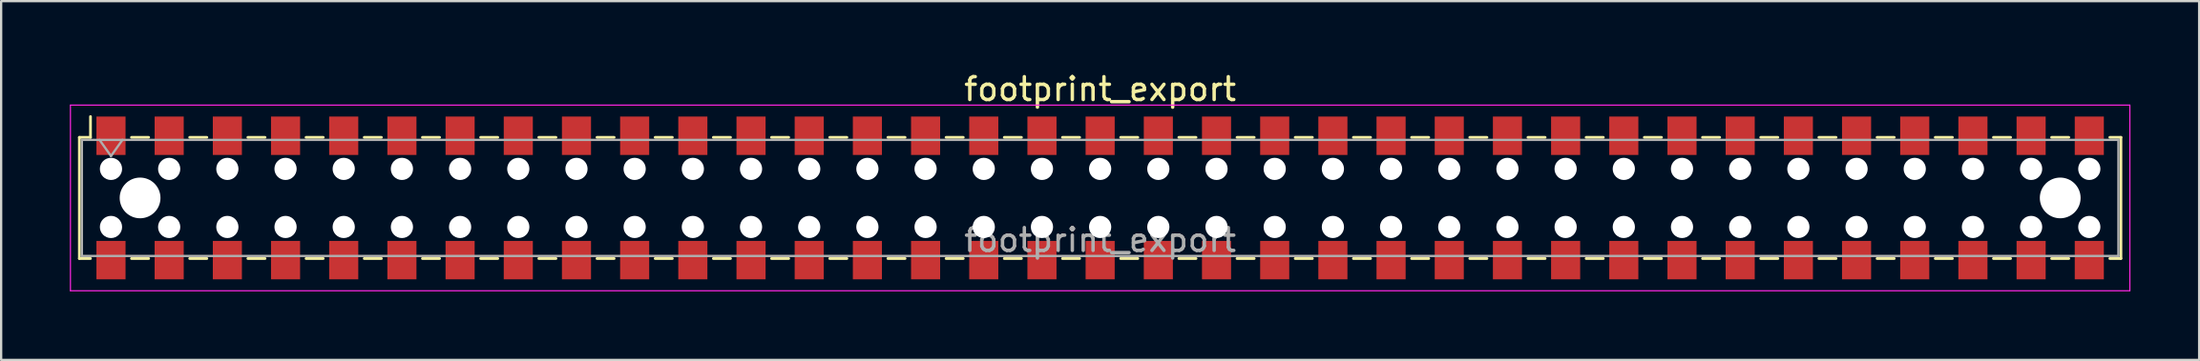
<source format=kicad_pcb>
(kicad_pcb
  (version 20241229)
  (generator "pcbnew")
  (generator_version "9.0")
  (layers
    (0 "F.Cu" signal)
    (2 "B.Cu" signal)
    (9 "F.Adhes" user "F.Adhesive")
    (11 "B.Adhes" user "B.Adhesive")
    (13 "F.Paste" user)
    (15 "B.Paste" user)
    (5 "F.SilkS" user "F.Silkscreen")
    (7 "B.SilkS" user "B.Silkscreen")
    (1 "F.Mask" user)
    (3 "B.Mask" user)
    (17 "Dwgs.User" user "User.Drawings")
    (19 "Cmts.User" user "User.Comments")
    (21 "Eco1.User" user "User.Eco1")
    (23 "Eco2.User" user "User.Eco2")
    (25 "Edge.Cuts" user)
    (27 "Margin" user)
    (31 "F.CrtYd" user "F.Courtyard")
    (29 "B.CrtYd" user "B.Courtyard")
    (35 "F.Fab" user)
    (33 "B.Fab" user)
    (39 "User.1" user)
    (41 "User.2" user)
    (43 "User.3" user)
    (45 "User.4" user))
  (footprint "footprint_export"
    (layer "F.Cu")
    (at 44.975 5.608)
    (property "Reference" "footprint_export" (at 0 -4.76 0) (layer "F.SilkS") (effects (font (size 1 1) (thickness 0.15))))
    (attr smd)
    (fp_line (start -44.56 -2.65) (end -44.56 2.65) (stroke (width 0.12) (type solid)) (layer "F.SilkS"))
    (fp_line (start -44.56 2.65) (end -44.075 2.65) (stroke (width 0.12) (type solid)) (layer "F.SilkS"))
    (fp_line (start -44.075 -3.56) (end -44.075 -2.65) (stroke (width 0.12) (type solid)) (layer "F.SilkS"))
    (fp_line (start -44.075 -2.65) (end -44.56 -2.65) (stroke (width 0.12) (type solid)) (layer "F.SilkS"))
    (fp_line (start -42.285 -2.65) (end -41.535 -2.65) (stroke (width 0.12) (type solid)) (layer "F.SilkS"))
    (fp_line (start -42.285 2.65) (end -41.535 2.65) (stroke (width 0.12) (type solid)) (layer "F.SilkS"))
    (fp_line (start -39.745 -2.65) (end -38.995 -2.65) (stroke (width 0.12) (type solid)) (layer "F.SilkS"))
    (fp_line (start -39.745 2.65) (end -38.995 2.65) (stroke (width 0.12) (type solid)) (layer "F.SilkS"))
    (fp_line (start -37.205 -2.65) (end -36.455 -2.65) (stroke (width 0.12) (type solid)) (layer "F.SilkS"))
    (fp_line (start -37.205 2.65) (end -36.455 2.65) (stroke (width 0.12) (type solid)) (layer "F.SilkS"))
    (fp_line (start -34.665 -2.65) (end -33.915 -2.65) (stroke (width 0.12) (type solid)) (layer "F.SilkS"))
    (fp_line (start -34.665 2.65) (end -33.915 2.65) (stroke (width 0.12) (type solid)) (layer "F.SilkS"))
    (fp_line (start -32.125 -2.65) (end -31.375 -2.65) (stroke (width 0.12) (type solid)) (layer "F.SilkS"))
    (fp_line (start -32.125 2.65) (end -31.375 2.65) (stroke (width 0.12) (type solid)) (layer "F.SilkS"))
    (fp_line (start -29.585 -2.65) (end -28.835 -2.65) (stroke (width 0.12) (type solid)) (layer "F.SilkS"))
    (fp_line (start -29.585 2.65) (end -28.835 2.65) (stroke (width 0.12) (type solid)) (layer "F.SilkS"))
    (fp_line (start -27.045 -2.65) (end -26.295 -2.65) (stroke (width 0.12) (type solid)) (layer "F.SilkS"))
    (fp_line (start -27.045 2.65) (end -26.295 2.65) (stroke (width 0.12) (type solid)) (layer "F.SilkS"))
    (fp_line (start -24.505 -2.65) (end -23.755 -2.65) (stroke (width 0.12) (type solid)) (layer "F.SilkS"))
    (fp_line (start -24.505 2.65) (end -23.755 2.65) (stroke (width 0.12) (type solid)) (layer "F.SilkS"))
    (fp_line (start -21.965 -2.65) (end -21.215 -2.65) (stroke (width 0.12) (type solid)) (layer "F.SilkS"))
    (fp_line (start -21.965 2.65) (end -21.215 2.65) (stroke (width 0.12) (type solid)) (layer "F.SilkS"))
    (fp_line (start -19.425 -2.65) (end -18.675 -2.65) (stroke (width 0.12) (type solid)) (layer "F.SilkS"))
    (fp_line (start -19.425 2.65) (end -18.675 2.65) (stroke (width 0.12) (type solid)) (layer "F.SilkS"))
    (fp_line (start -16.885 -2.65) (end -16.135 -2.65) (stroke (width 0.12) (type solid)) (layer "F.SilkS"))
    (fp_line (start -16.885 2.65) (end -16.135 2.65) (stroke (width 0.12) (type solid)) (layer "F.SilkS"))
    (fp_line (start -14.345 -2.65) (end -13.595 -2.65) (stroke (width 0.12) (type solid)) (layer "F.SilkS"))
    (fp_line (start -14.345 2.65) (end -13.595 2.65) (stroke (width 0.12) (type solid)) (layer "F.SilkS"))
    (fp_line (start -11.805 -2.65) (end -11.055 -2.65) (stroke (width 0.12) (type solid)) (layer "F.SilkS"))
    (fp_line (start -11.805 2.65) (end -11.055 2.65) (stroke (width 0.12) (type solid)) (layer "F.SilkS"))
    (fp_line (start -9.265 -2.65) (end -8.515 -2.65) (stroke (width 0.12) (type solid)) (layer "F.SilkS"))
    (fp_line (start -9.265 2.65) (end -8.515 2.65) (stroke (width 0.12) (type solid)) (layer "F.SilkS"))
    (fp_line (start -6.725 -2.65) (end -5.975 -2.65) (stroke (width 0.12) (type solid)) (layer "F.SilkS"))
    (fp_line (start -6.725 2.65) (end -5.975 2.65) (stroke (width 0.12) (type solid)) (layer "F.SilkS"))
    (fp_line (start -4.185 -2.65) (end -3.435 -2.65) (stroke (width 0.12) (type solid)) (layer "F.SilkS"))
    (fp_line (start -4.185 2.65) (end -3.435 2.65) (stroke (width 0.12) (type solid)) (layer "F.SilkS"))
    (fp_line (start -1.645 -2.65) (end -0.895 -2.65) (stroke (width 0.12) (type solid)) (layer "F.SilkS"))
    (fp_line (start -1.645 2.65) (end -0.895 2.65) (stroke (width 0.12) (type solid)) (layer "F.SilkS"))
    (fp_line (start 0.895 -2.65) (end 1.645 -2.65) (stroke (width 0.12) (type solid)) (layer "F.SilkS"))
    (fp_line (start 0.895 2.65) (end 1.645 2.65) (stroke (width 0.12) (type solid)) (layer "F.SilkS"))
    (fp_line (start 3.435 -2.65) (end 4.185 -2.65) (stroke (width 0.12) (type solid)) (layer "F.SilkS"))
    (fp_line (start 3.435 2.65) (end 4.185 2.65) (stroke (width 0.12) (type solid)) (layer "F.SilkS"))
    (fp_line (start 5.975 -2.65) (end 6.725 -2.65) (stroke (width 0.12) (type solid)) (layer "F.SilkS"))
    (fp_line (start 5.975 2.65) (end 6.725 2.65) (stroke (width 0.12) (type solid)) (layer "F.SilkS"))
    (fp_line (start 8.515 -2.65) (end 9.265 -2.65) (stroke (width 0.12) (type solid)) (layer "F.SilkS"))
    (fp_line (start 8.515 2.65) (end 9.265 2.65) (stroke (width 0.12) (type solid)) (layer "F.SilkS"))
    (fp_line (start 11.055 -2.65) (end 11.805 -2.65) (stroke (width 0.12) (type solid)) (layer "F.SilkS"))
    (fp_line (start 11.055 2.65) (end 11.805 2.65) (stroke (width 0.12) (type solid)) (layer "F.SilkS"))
    (fp_line (start 13.595 -2.65) (end 14.345 -2.65) (stroke (width 0.12) (type solid)) (layer "F.SilkS"))
    (fp_line (start 13.595 2.65) (end 14.345 2.65) (stroke (width 0.12) (type solid)) (layer "F.SilkS"))
    (fp_line (start 16.135 -2.65) (end 16.885 -2.65) (stroke (width 0.12) (type solid)) (layer "F.SilkS"))
    (fp_line (start 16.135 2.65) (end 16.885 2.65) (stroke (width 0.12) (type solid)) (layer "F.SilkS"))
    (fp_line (start 18.675 -2.65) (end 19.425 -2.65) (stroke (width 0.12) (type solid)) (layer "F.SilkS"))
    (fp_line (start 18.675 2.65) (end 19.425 2.65) (stroke (width 0.12) (type solid)) (layer "F.SilkS"))
    (fp_line (start 21.215 -2.65) (end 21.965 -2.65) (stroke (width 0.12) (type solid)) (layer "F.SilkS"))
    (fp_line (start 21.215 2.65) (end 21.965 2.65) (stroke (width 0.12) (type solid)) (layer "F.SilkS"))
    (fp_line (start 23.755 -2.65) (end 24.505 -2.65) (stroke (width 0.12) (type solid)) (layer "F.SilkS"))
    (fp_line (start 23.755 2.65) (end 24.505 2.65) (stroke (width 0.12) (type solid)) (layer "F.SilkS"))
    (fp_line (start 26.295 -2.65) (end 27.045 -2.65) (stroke (width 0.12) (type solid)) (layer "F.SilkS"))
    (fp_line (start 26.295 2.65) (end 27.045 2.65) (stroke (width 0.12) (type solid)) (layer "F.SilkS"))
    (fp_line (start 28.835 -2.65) (end 29.585 -2.65) (stroke (width 0.12) (type solid)) (layer "F.SilkS"))
    (fp_line (start 28.835 2.65) (end 29.585 2.65) (stroke (width 0.12) (type solid)) (layer "F.SilkS"))
    (fp_line (start 31.375 -2.65) (end 32.125 -2.65) (stroke (width 0.12) (type solid)) (layer "F.SilkS"))
    (fp_line (start 31.375 2.65) (end 32.125 2.65) (stroke (width 0.12) (type solid)) (layer "F.SilkS"))
    (fp_line (start 33.915 -2.65) (end 34.665 -2.65) (stroke (width 0.12) (type solid)) (layer "F.SilkS"))
    (fp_line (start 33.915 2.65) (end 34.665 2.65) (stroke (width 0.12) (type solid)) (layer "F.SilkS"))
    (fp_line (start 36.455 -2.65) (end 37.205 -2.65) (stroke (width 0.12) (type solid)) (layer "F.SilkS"))
    (fp_line (start 36.455 2.65) (end 37.205 2.65) (stroke (width 0.12) (type solid)) (layer "F.SilkS"))
    (fp_line (start 38.995 -2.65) (end 39.745 -2.65) (stroke (width 0.12) (type solid)) (layer "F.SilkS"))
    (fp_line (start 38.995 2.65) (end 39.745 2.65) (stroke (width 0.12) (type solid)) (layer "F.SilkS"))
    (fp_line (start 41.535 -2.65) (end 42.285 -2.65) (stroke (width 0.12) (type solid)) (layer "F.SilkS"))
    (fp_line (start 41.535 2.65) (end 42.285 2.65) (stroke (width 0.12) (type solid)) (layer "F.SilkS"))
    (fp_line (start 44.075 -2.65) (end 44.56 -2.65) (stroke (width 0.12) (type solid)) (layer "F.SilkS"))
    (fp_line (start 44.56 -2.65) (end 44.56 2.65) (stroke (width 0.12) (type solid)) (layer "F.SilkS"))
    (fp_line (start 44.56 2.65) (end 44.075 2.65) (stroke (width 0.12) (type solid)) (layer "F.SilkS"))
    (fp_line (start -44.95 -4.06) (end 44.95 -4.06) (stroke (width 0.05) (type solid)) (layer "F.CrtYd"))
    (fp_line (start -44.95 4.06) (end -44.95 -4.06) (stroke (width 0.05) (type solid)) (layer "F.CrtYd"))
    (fp_line (start 44.95 -4.06) (end 44.95 4.06) (stroke (width 0.05) (type solid)) (layer "F.CrtYd"))
    (fp_line (start 44.95 4.06) (end -44.95 4.06) (stroke (width 0.05) (type solid)) (layer "F.CrtYd"))
    (fp_line (start -44.45 -2.54) (end 44.45 -2.54) (stroke (width 0.1) (type solid)) (layer "F.Fab"))
    (fp_line (start -44.45 2.54) (end -44.45 -2.54) (stroke (width 0.1) (type solid)) (layer "F.Fab"))
    (fp_line (start -43.68 -2.54) (end -43.18 -1.833) (stroke (width 0.1) (type solid)) (layer "F.Fab"))
    (fp_line (start -43.18 -1.833) (end -42.68 -2.54) (stroke (width 0.1) (type solid)) (layer "F.Fab"))
    (fp_line (start 44.45 -2.54) (end 44.45 2.54) (stroke (width 0.1) (type solid)) (layer "F.Fab"))
    (fp_line (start 44.45 2.54) (end -44.45 2.54) (stroke (width 0.1) (type solid)) (layer "F.Fab"))
    (fp_text user "${REFERENCE}" (at 0 1.84 0) (layer "F.Fab") (effects (font (size 1 1) (thickness 0.15))))
    (pad "" np_thru_hole circle (at -43.18 -1.27) (size 0.97 0.97) (drill 0.97) (layers "*.Cu" "*.Mask"))
    (pad "" np_thru_hole circle (at -43.18 1.27) (size 0.97 0.97) (drill 0.97) (layers "*.Cu" "*.Mask"))
    (pad "" np_thru_hole circle (at -41.91 0) (size 1.78 1.78) (drill 1.78) (layers "*.Cu" "*.Mask"))
    (pad "" np_thru_hole circle (at -40.64 -1.27) (size 0.97 0.97) (drill 0.97) (layers "*.Cu" "*.Mask"))
    (pad "" np_thru_hole circle (at -40.64 1.27) (size 0.97 0.97) (drill 0.97) (layers "*.Cu" "*.Mask"))
    (pad "" np_thru_hole circle (at -38.1 -1.27) (size 0.97 0.97) (drill 0.97) (layers "*.Cu" "*.Mask"))
    (pad "" np_thru_hole circle (at -38.1 1.27) (size 0.97 0.97) (drill 0.97) (layers "*.Cu" "*.Mask"))
    (pad "" np_thru_hole circle (at -35.56 -1.27) (size 0.97 0.97) (drill 0.97) (layers "*.Cu" "*.Mask"))
    (pad "" np_thru_hole circle (at -35.56 1.27) (size 0.97 0.97) (drill 0.97) (layers "*.Cu" "*.Mask"))
    (pad "" np_thru_hole circle (at -33.02 -1.27) (size 0.97 0.97) (drill 0.97) (layers "*.Cu" "*.Mask"))
    (pad "" np_thru_hole circle (at -33.02 1.27) (size 0.97 0.97) (drill 0.97) (layers "*.Cu" "*.Mask"))
    (pad "" np_thru_hole circle (at -30.48 -1.27) (size 0.97 0.97) (drill 0.97) (layers "*.Cu" "*.Mask"))
    (pad "" np_thru_hole circle (at -30.48 1.27) (size 0.97 0.97) (drill 0.97) (layers "*.Cu" "*.Mask"))
    (pad "" np_thru_hole circle (at -27.94 -1.27) (size 0.97 0.97) (drill 0.97) (layers "*.Cu" "*.Mask"))
    (pad "" np_thru_hole circle (at -27.94 1.27) (size 0.97 0.97) (drill 0.97) (layers "*.Cu" "*.Mask"))
    (pad "" np_thru_hole circle (at -25.4 -1.27) (size 0.97 0.97) (drill 0.97) (layers "*.Cu" "*.Mask"))
    (pad "" np_thru_hole circle (at -25.4 1.27) (size 0.97 0.97) (drill 0.97) (layers "*.Cu" "*.Mask"))
    (pad "" np_thru_hole circle (at -22.86 -1.27) (size 0.97 0.97) (drill 0.97) (layers "*.Cu" "*.Mask"))
    (pad "" np_thru_hole circle (at -22.86 1.27) (size 0.97 0.97) (drill 0.97) (layers "*.Cu" "*.Mask"))
    (pad "" np_thru_hole circle (at -20.32 -1.27) (size 0.97 0.97) (drill 0.97) (layers "*.Cu" "*.Mask"))
    (pad "" np_thru_hole circle (at -20.32 1.27) (size 0.97 0.97) (drill 0.97) (layers "*.Cu" "*.Mask"))
    (pad "" np_thru_hole circle (at -17.78 -1.27) (size 0.97 0.97) (drill 0.97) (layers "*.Cu" "*.Mask"))
    (pad "" np_thru_hole circle (at -17.78 1.27) (size 0.97 0.97) (drill 0.97) (layers "*.Cu" "*.Mask"))
    (pad "" np_thru_hole circle (at -15.24 -1.27) (size 0.97 0.97) (drill 0.97) (layers "*.Cu" "*.Mask"))
    (pad "" np_thru_hole circle (at -15.24 1.27) (size 0.97 0.97) (drill 0.97) (layers "*.Cu" "*.Mask"))
    (pad "" np_thru_hole circle (at -12.7 -1.27) (size 0.97 0.97) (drill 0.97) (layers "*.Cu" "*.Mask"))
    (pad "" np_thru_hole circle (at -12.7 1.27) (size 0.97 0.97) (drill 0.97) (layers "*.Cu" "*.Mask"))
    (pad "" np_thru_hole circle (at -10.16 -1.27) (size 0.97 0.97) (drill 0.97) (layers "*.Cu" "*.Mask"))
    (pad "" np_thru_hole circle (at -10.16 1.27) (size 0.97 0.97) (drill 0.97) (layers "*.Cu" "*.Mask"))
    (pad "" np_thru_hole circle (at -7.62 -1.27) (size 0.97 0.97) (drill 0.97) (layers "*.Cu" "*.Mask"))
    (pad "" np_thru_hole circle (at -7.62 1.27) (size 0.97 0.97) (drill 0.97) (layers "*.Cu" "*.Mask"))
    (pad "" np_thru_hole circle (at -5.08 -1.27) (size 0.97 0.97) (drill 0.97) (layers "*.Cu" "*.Mask"))
    (pad "" np_thru_hole circle (at -5.08 1.27) (size 0.97 0.97) (drill 0.97) (layers "*.Cu" "*.Mask"))
    (pad "" np_thru_hole circle (at -2.54 -1.27) (size 0.97 0.97) (drill 0.97) (layers "*.Cu" "*.Mask"))
    (pad "" np_thru_hole circle (at -2.54 1.27) (size 0.97 0.97) (drill 0.97) (layers "*.Cu" "*.Mask"))
    (pad "" np_thru_hole circle (at 0 -1.27) (size 0.97 0.97) (drill 0.97) (layers "*.Cu" "*.Mask"))
    (pad "" np_thru_hole circle (at 0 1.27) (size 0.97 0.97) (drill 0.97) (layers "*.Cu" "*.Mask"))
    (pad "" np_thru_hole circle (at 2.54 -1.27) (size 0.97 0.97) (drill 0.97) (layers "*.Cu" "*.Mask"))
    (pad "" np_thru_hole circle (at 2.54 1.27) (size 0.97 0.97) (drill 0.97) (layers "*.Cu" "*.Mask"))
    (pad "" np_thru_hole circle (at 5.08 -1.27) (size 0.97 0.97) (drill 0.97) (layers "*.Cu" "*.Mask"))
    (pad "" np_thru_hole circle (at 5.08 1.27) (size 0.97 0.97) (drill 0.97) (layers "*.Cu" "*.Mask"))
    (pad "" np_thru_hole circle (at 7.62 -1.27) (size 0.97 0.97) (drill 0.97) (layers "*.Cu" "*.Mask"))
    (pad "" np_thru_hole circle (at 7.62 1.27) (size 0.97 0.97) (drill 0.97) (layers "*.Cu" "*.Mask"))
    (pad "" np_thru_hole circle (at 10.16 -1.27) (size 0.97 0.97) (drill 0.97) (layers "*.Cu" "*.Mask"))
    (pad "" np_thru_hole circle (at 10.16 1.27) (size 0.97 0.97) (drill 0.97) (layers "*.Cu" "*.Mask"))
    (pad "" np_thru_hole circle (at 12.7 -1.27) (size 0.97 0.97) (drill 0.97) (layers "*.Cu" "*.Mask"))
    (pad "" np_thru_hole circle (at 12.7 1.27) (size 0.97 0.97) (drill 0.97) (layers "*.Cu" "*.Mask"))
    (pad "" np_thru_hole circle (at 15.24 -1.27) (size 0.97 0.97) (drill 0.97) (layers "*.Cu" "*.Mask"))
    (pad "" np_thru_hole circle (at 15.24 1.27) (size 0.97 0.97) (drill 0.97) (layers "*.Cu" "*.Mask"))
    (pad "" np_thru_hole circle (at 17.78 -1.27) (size 0.97 0.97) (drill 0.97) (layers "*.Cu" "*.Mask"))
    (pad "" np_thru_hole circle (at 17.78 1.27) (size 0.97 0.97) (drill 0.97) (layers "*.Cu" "*.Mask"))
    (pad "" np_thru_hole circle (at 20.32 -1.27) (size 0.97 0.97) (drill 0.97) (layers "*.Cu" "*.Mask"))
    (pad "" np_thru_hole circle (at 20.32 1.27) (size 0.97 0.97) (drill 0.97) (layers "*.Cu" "*.Mask"))
    (pad "" np_thru_hole circle (at 22.86 -1.27) (size 0.97 0.97) (drill 0.97) (layers "*.Cu" "*.Mask"))
    (pad "" np_thru_hole circle (at 22.86 1.27) (size 0.97 0.97) (drill 0.97) (layers "*.Cu" "*.Mask"))
    (pad "" np_thru_hole circle (at 25.4 -1.27) (size 0.97 0.97) (drill 0.97) (layers "*.Cu" "*.Mask"))
    (pad "" np_thru_hole circle (at 25.4 1.27) (size 0.97 0.97) (drill 0.97) (layers "*.Cu" "*.Mask"))
    (pad "" np_thru_hole circle (at 27.94 -1.27) (size 0.97 0.97) (drill 0.97) (layers "*.Cu" "*.Mask"))
    (pad "" np_thru_hole circle (at 27.94 1.27) (size 0.97 0.97) (drill 0.97) (layers "*.Cu" "*.Mask"))
    (pad "" np_thru_hole circle (at 30.48 -1.27) (size 0.97 0.97) (drill 0.97) (layers "*.Cu" "*.Mask"))
    (pad "" np_thru_hole circle (at 30.48 1.27) (size 0.97 0.97) (drill 0.97) (layers "*.Cu" "*.Mask"))
    (pad "" np_thru_hole circle (at 33.02 -1.27) (size 0.97 0.97) (drill 0.97) (layers "*.Cu" "*.Mask"))
    (pad "" np_thru_hole circle (at 33.02 1.27) (size 0.97 0.97) (drill 0.97) (layers "*.Cu" "*.Mask"))
    (pad "" np_thru_hole circle (at 35.56 -1.27) (size 0.97 0.97) (drill 0.97) (layers "*.Cu" "*.Mask"))
    (pad "" np_thru_hole circle (at 35.56 1.27) (size 0.97 0.97) (drill 0.97) (layers "*.Cu" "*.Mask"))
    (pad "" np_thru_hole circle (at 38.1 -1.27) (size 0.97 0.97) (drill 0.97) (layers "*.Cu" "*.Mask"))
    (pad "" np_thru_hole circle (at 38.1 1.27) (size 0.97 0.97) (drill 0.97) (layers "*.Cu" "*.Mask"))
    (pad "" np_thru_hole circle (at 40.64 -1.27) (size 0.97 0.97) (drill 0.97) (layers "*.Cu" "*.Mask"))
    (pad "" np_thru_hole circle (at 40.64 1.27) (size 0.97 0.97) (drill 0.97) (layers "*.Cu" "*.Mask"))
    (pad "" np_thru_hole circle (at 41.91 0) (size 1.78 1.78) (drill 1.78) (layers "*.Cu" "*.Mask"))
    (pad "" np_thru_hole circle (at 43.18 -1.27) (size 0.97 0.97) (drill 0.97) (layers "*.Cu" "*.Mask"))
    (pad "" np_thru_hole circle (at 43.18 1.27) (size 0.97 0.97) (drill 0.97) (layers "*.Cu" "*.Mask"))
    (pad "1" smd rect (at -43.18 -2.72) (size 1.27 1.68) (layers "F.Cu" "F.Mask" "F.Paste"))
    (pad "2" smd rect (at -43.18 2.72) (size 1.27 1.68) (layers "F.Cu" "F.Mask" "F.Paste"))
    (pad "3" smd rect (at -40.64 -2.72) (size 1.27 1.68) (layers "F.Cu" "F.Mask" "F.Paste"))
    (pad "4" smd rect (at -40.64 2.72) (size 1.27 1.68) (layers "F.Cu" "F.Mask" "F.Paste"))
    (pad "5" smd rect (at -38.1 -2.72) (size 1.27 1.68) (layers "F.Cu" "F.Mask" "F.Paste"))
    (pad "6" smd rect (at -38.1 2.72) (size 1.27 1.68) (layers "F.Cu" "F.Mask" "F.Paste"))
    (pad "7" smd rect (at -35.56 -2.72) (size 1.27 1.68) (layers "F.Cu" "F.Mask" "F.Paste"))
    (pad "8" smd rect (at -35.56 2.72) (size 1.27 1.68) (layers "F.Cu" "F.Mask" "F.Paste"))
    (pad "9" smd rect (at -33.02 -2.72) (size 1.27 1.68) (layers "F.Cu" "F.Mask" "F.Paste"))
    (pad "10" smd rect (at -33.02 2.72) (size 1.27 1.68) (layers "F.Cu" "F.Mask" "F.Paste"))
    (pad "11" smd rect (at -30.48 -2.72) (size 1.27 1.68) (layers "F.Cu" "F.Mask" "F.Paste"))
    (pad "12" smd rect (at -30.48 2.72) (size 1.27 1.68) (layers "F.Cu" "F.Mask" "F.Paste"))
    (pad "13" smd rect (at -27.94 -2.72) (size 1.27 1.68) (layers "F.Cu" "F.Mask" "F.Paste"))
    (pad "14" smd rect (at -27.94 2.72) (size 1.27 1.68) (layers "F.Cu" "F.Mask" "F.Paste"))
    (pad "15" smd rect (at -25.4 -2.72) (size 1.27 1.68) (layers "F.Cu" "F.Mask" "F.Paste"))
    (pad "16" smd rect (at -25.4 2.72) (size 1.27 1.68) (layers "F.Cu" "F.Mask" "F.Paste"))
    (pad "17" smd rect (at -22.86 -2.72) (size 1.27 1.68) (layers "F.Cu" "F.Mask" "F.Paste"))
    (pad "18" smd rect (at -22.86 2.72) (size 1.27 1.68) (layers "F.Cu" "F.Mask" "F.Paste"))
    (pad "19" smd rect (at -20.32 -2.72) (size 1.27 1.68) (layers "F.Cu" "F.Mask" "F.Paste"))
    (pad "20" smd rect (at -20.32 2.72) (size 1.27 1.68) (layers "F.Cu" "F.Mask" "F.Paste"))
    (pad "21" smd rect (at -17.78 -2.72) (size 1.27 1.68) (layers "F.Cu" "F.Mask" "F.Paste"))
    (pad "22" smd rect (at -17.78 2.72) (size 1.27 1.68) (layers "F.Cu" "F.Mask" "F.Paste"))
    (pad "23" smd rect (at -15.24 -2.72) (size 1.27 1.68) (layers "F.Cu" "F.Mask" "F.Paste"))
    (pad "24" smd rect (at -15.24 2.72) (size 1.27 1.68) (layers "F.Cu" "F.Mask" "F.Paste"))
    (pad "25" smd rect (at -12.7 -2.72) (size 1.27 1.68) (layers "F.Cu" "F.Mask" "F.Paste"))
    (pad "26" smd rect (at -12.7 2.72) (size 1.27 1.68) (layers "F.Cu" "F.Mask" "F.Paste"))
    (pad "27" smd rect (at -10.16 -2.72) (size 1.27 1.68) (layers "F.Cu" "F.Mask" "F.Paste"))
    (pad "28" smd rect (at -10.16 2.72) (size 1.27 1.68) (layers "F.Cu" "F.Mask" "F.Paste"))
    (pad "29" smd rect (at -7.62 -2.72) (size 1.27 1.68) (layers "F.Cu" "F.Mask" "F.Paste"))
    (pad "30" smd rect (at -7.62 2.72) (size 1.27 1.68) (layers "F.Cu" "F.Mask" "F.Paste"))
    (pad "31" smd rect (at -5.08 -2.72) (size 1.27 1.68) (layers "F.Cu" "F.Mask" "F.Paste"))
    (pad "32" smd rect (at -5.08 2.72) (size 1.27 1.68) (layers "F.Cu" "F.Mask" "F.Paste"))
    (pad "33" smd rect (at -2.54 -2.72) (size 1.27 1.68) (layers "F.Cu" "F.Mask" "F.Paste"))
    (pad "34" smd rect (at -2.54 2.72) (size 1.27 1.68) (layers "F.Cu" "F.Mask" "F.Paste"))
    (pad "35" smd rect (at 0 -2.72) (size 1.27 1.68) (layers "F.Cu" "F.Mask" "F.Paste"))
    (pad "36" smd rect (at 0 2.72) (size 1.27 1.68) (layers "F.Cu" "F.Mask" "F.Paste"))
    (pad "37" smd rect (at 2.54 -2.72) (size 1.27 1.68) (layers "F.Cu" "F.Mask" "F.Paste"))
    (pad "38" smd rect (at 2.54 2.72) (size 1.27 1.68) (layers "F.Cu" "F.Mask" "F.Paste"))
    (pad "39" smd rect (at 5.08 -2.72) (size 1.27 1.68) (layers "F.Cu" "F.Mask" "F.Paste"))
    (pad "40" smd rect (at 5.08 2.72) (size 1.27 1.68) (layers "F.Cu" "F.Mask" "F.Paste"))
    (pad "41" smd rect (at 7.62 -2.72) (size 1.27 1.68) (layers "F.Cu" "F.Mask" "F.Paste"))
    (pad "42" smd rect (at 7.62 2.72) (size 1.27 1.68) (layers "F.Cu" "F.Mask" "F.Paste"))
    (pad "43" smd rect (at 10.16 -2.72) (size 1.27 1.68) (layers "F.Cu" "F.Mask" "F.Paste"))
    (pad "44" smd rect (at 10.16 2.72) (size 1.27 1.68) (layers "F.Cu" "F.Mask" "F.Paste"))
    (pad "45" smd rect (at 12.7 -2.72) (size 1.27 1.68) (layers "F.Cu" "F.Mask" "F.Paste"))
    (pad "46" smd rect (at 12.7 2.72) (size 1.27 1.68) (layers "F.Cu" "F.Mask" "F.Paste"))
    (pad "47" smd rect (at 15.24 -2.72) (size 1.27 1.68) (layers "F.Cu" "F.Mask" "F.Paste"))
    (pad "48" smd rect (at 15.24 2.72) (size 1.27 1.68) (layers "F.Cu" "F.Mask" "F.Paste"))
    (pad "49" smd rect (at 17.78 -2.72) (size 1.27 1.68) (layers "F.Cu" "F.Mask" "F.Paste"))
    (pad "50" smd rect (at 17.78 2.72) (size 1.27 1.68) (layers "F.Cu" "F.Mask" "F.Paste"))
    (pad "51" smd rect (at 20.32 -2.72) (size 1.27 1.68) (layers "F.Cu" "F.Mask" "F.Paste"))
    (pad "52" smd rect (at 20.32 2.72) (size 1.27 1.68) (layers "F.Cu" "F.Mask" "F.Paste"))
    (pad "53" smd rect (at 22.86 -2.72) (size 1.27 1.68) (layers "F.Cu" "F.Mask" "F.Paste"))
    (pad "54" smd rect (at 22.86 2.72) (size 1.27 1.68) (layers "F.Cu" "F.Mask" "F.Paste"))
    (pad "55" smd rect (at 25.4 -2.72) (size 1.27 1.68) (layers "F.Cu" "F.Mask" "F.Paste"))
    (pad "56" smd rect (at 25.4 2.72) (size 1.27 1.68) (layers "F.Cu" "F.Mask" "F.Paste"))
    (pad "57" smd rect (at 27.94 -2.72) (size 1.27 1.68) (layers "F.Cu" "F.Mask" "F.Paste"))
    (pad "58" smd rect (at 27.94 2.72) (size 1.27 1.68) (layers "F.Cu" "F.Mask" "F.Paste"))
    (pad "59" smd rect (at 30.48 -2.72) (size 1.27 1.68) (layers "F.Cu" "F.Mask" "F.Paste"))
    (pad "60" smd rect (at 30.48 2.72) (size 1.27 1.68) (layers "F.Cu" "F.Mask" "F.Paste"))
    (pad "61" smd rect (at 33.02 -2.72) (size 1.27 1.68) (layers "F.Cu" "F.Mask" "F.Paste"))
    (pad "62" smd rect (at 33.02 2.72) (size 1.27 1.68) (layers "F.Cu" "F.Mask" "F.Paste"))
    (pad "63" smd rect (at 35.56 -2.72) (size 1.27 1.68) (layers "F.Cu" "F.Mask" "F.Paste"))
    (pad "64" smd rect (at 35.56 2.72) (size 1.27 1.68) (layers "F.Cu" "F.Mask" "F.Paste"))
    (pad "65" smd rect (at 38.1 -2.72) (size 1.27 1.68) (layers "F.Cu" "F.Mask" "F.Paste"))
    (pad "66" smd rect (at 38.1 2.72) (size 1.27 1.68) (layers "F.Cu" "F.Mask" "F.Paste"))
    (pad "67" smd rect (at 40.64 -2.72) (size 1.27 1.68) (layers "F.Cu" "F.Mask" "F.Paste"))
    (pad "68" smd rect (at 40.64 2.72) (size 1.27 1.68) (layers "F.Cu" "F.Mask" "F.Paste"))
    (pad "69" smd rect (at 43.18 -2.72) (size 1.27 1.68) (layers "F.Cu" "F.Mask" "F.Paste"))
    (pad "70" smd rect (at 43.18 2.72) (size 1.27 1.68) (layers "F.Cu" "F.Mask" "F.Paste")))
  (gr_rect
    (start -3 -3)
    (end 92.95 12.693)
    (stroke (width 0.1) (type default))
    (fill no)
    (layer "Edge.Cuts")))
</source>
